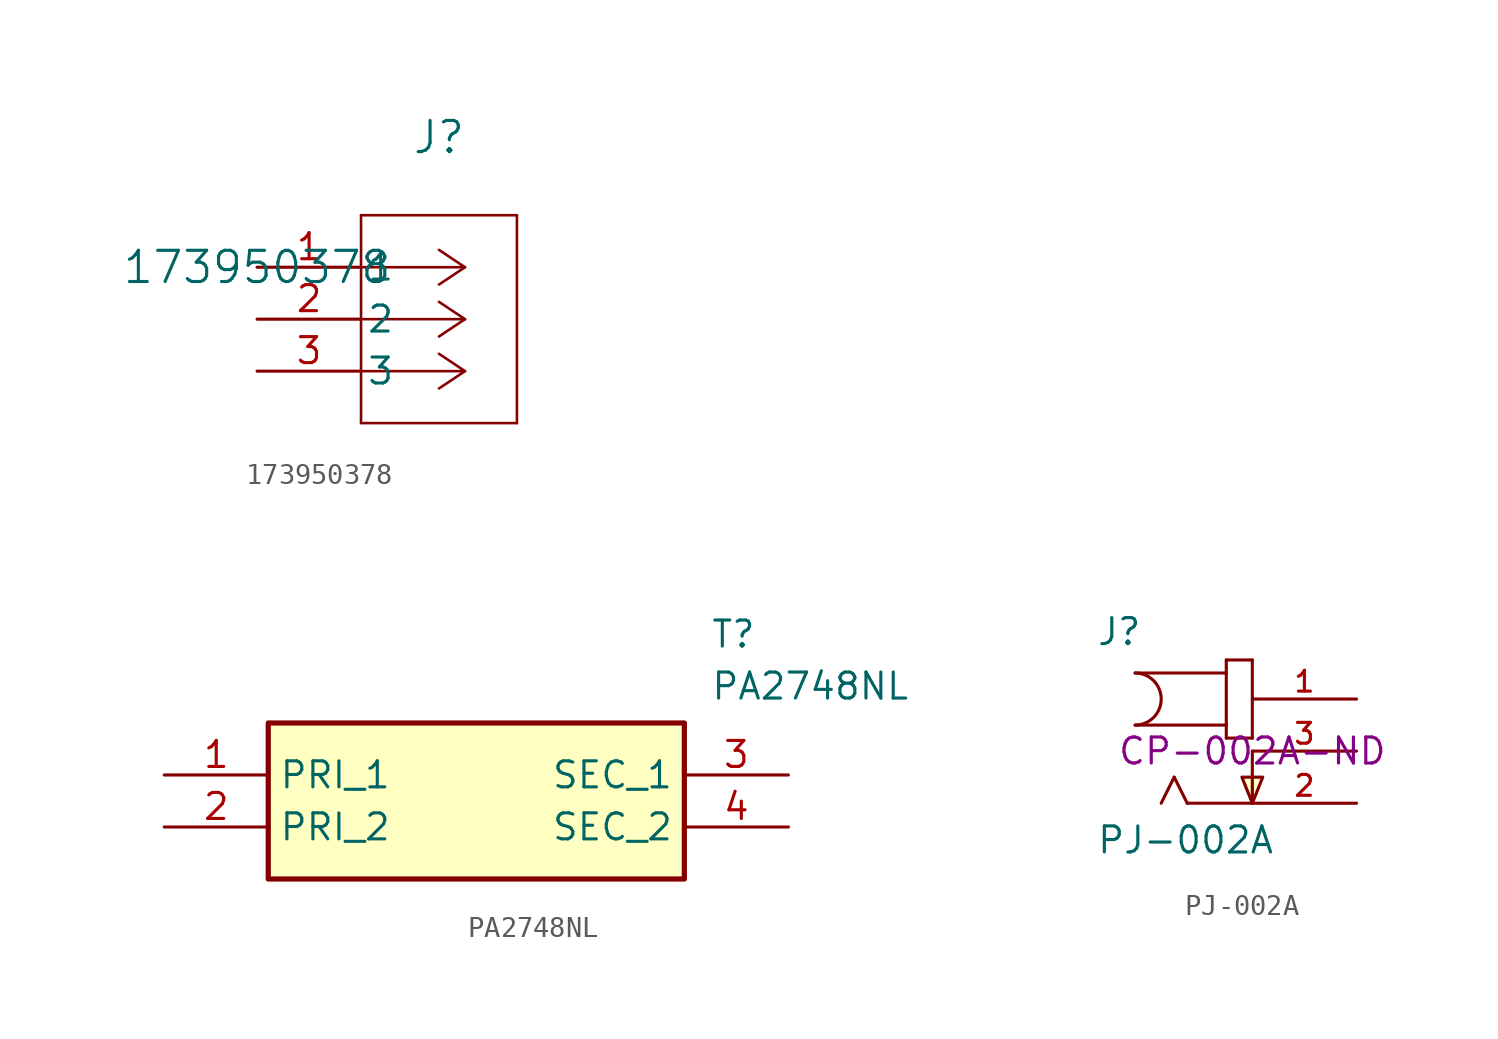
<source format=kicad_sym>
(kicad_symbol_lib
  (version 20220914)
  (generator kicad_symbol_editor)
  (symbol "173950378"
    (pin_names
      (offset 0.254))
    (property "Reference" "J"
      (at 8.89 6.35 0)
      (effects (font (size 1.524 1.524))))
    (property "Value" "173950378"
      (at 0 0 0)
      (effects (font (size 1.524 1.524))))
    (symbol "173950378_0_1"
      (polyline (pts (xy 5.08 -7.62) (xy 12.7 -7.62)) (stroke (width 0.127) (type default)) (fill (type none)))
      (polyline (pts (xy 5.08 2.54) (xy 5.08 -7.62)) (stroke (width 0.127) (type default)) (fill (type none)))
      (polyline (pts (xy 10.16 -5.08) (xy 5.08 -5.08)) (stroke (width 0.127) (type default)) (fill (type none)))
      (polyline (pts (xy 10.16 -5.08) (xy 8.89 -5.927)) (stroke (width 0.127) (type default)) (fill (type none)))
      (polyline (pts (xy 10.16 -5.08) (xy 8.89 -4.233)) (stroke (width 0.127) (type default)) (fill (type none)))
      (polyline (pts (xy 10.16 -2.54) (xy 5.08 -2.54)) (stroke (width 0.127) (type default)) (fill (type none)))
      (polyline (pts (xy 10.16 -2.54) (xy 8.89 -3.387)) (stroke (width 0.127) (type default)) (fill (type none)))
      (polyline (pts (xy 10.16 -2.54) (xy 8.89 -1.693)) (stroke (width 0.127) (type default)) (fill (type none)))
      (polyline (pts (xy 10.16 0) (xy 5.08 0)) (stroke (width 0.127) (type default)) (fill (type none)))
      (polyline (pts (xy 10.16 0) (xy 8.89 -0.847)) (stroke (width 0.127) (type default)) (fill (type none)))
      (polyline (pts (xy 10.16 0) (xy 8.89 0.847)) (stroke (width 0.127) (type default)) (fill (type none)))
      (polyline (pts (xy 12.7 -7.62) (xy 12.7 2.54)) (stroke (width 0.127) (type default)) (fill (type none)))
      (polyline (pts (xy 12.7 2.54) (xy 5.08 2.54)) (stroke (width 0.127) (type default)) (fill (type none)))
      (pin unspecified line (at 0 0 0) (length 5.08) (name "1" (effects (font (size 1.27 1.27)))) (number "1" (effects (font (size 1.27 1.27)))))
      (pin unspecified line (at 0 -2.54 0) (length 5.08) (name "2" (effects (font (size 1.27 1.27)))) (number "2" (effects (font (size 1.27 1.27)))))
      (pin unspecified line (at 0 -5.08 0) (length 5.08) (name "3" (effects (font (size 1.27 1.27)))) (number "3" (effects (font (size 1.27 1.27)))))))
  (symbol "PA2748NL"
    (property "Reference" "T"
      (at 26.67 7.62 0)
      (effects (font (size 1.27 1.27)) (justify left top)))
    (property "Value" "PA2748NL"
      (at 26.67 5.08 0)
      (effects (font (size 1.27 1.27)) (justify left top)))
    (symbol "PA2748NL_1_1"
      (rectangle (start 5.08 2.54) (end 25.4 -5.08) (stroke (width 0.254) (type default)) (fill (type background)))
      (pin passive line (at 0 0 0) (length 5.08) (name "PRI_1" (effects (font (size 1.27 1.27)))) (number "1" (effects (font (size 1.27 1.27)))))
      (pin passive line (at 0 -2.54 0) (length 5.08) (name "PRI_2" (effects (font (size 1.27 1.27)))) (number "2" (effects (font (size 1.27 1.27)))))
      (pin passive line (at 30.48 0 180) (length 5.08) (name "SEC_1" (effects (font (size 1.27 1.27)))) (number "3" (effects (font (size 1.27 1.27)))))
      (pin passive line (at 30.48 -2.54 180) (length 5.08) (name "SEC_2" (effects (font (size 1.27 1.27)))) (number "4" (effects (font (size 1.27 1.27)))))))
  (symbol "PJ-002A"
    (pin_names
      (offset 1.016) hide)
    (property "Reference" "J"
      (at -7.62 5.08 0)
      (effects (font (size 1.27 1.27)) (justify left bottom)))
    (property "Value" "PJ-002A"
      (at -7.62 -5.08 0)
      (effects (font (size 1.27 1.27)) (justify left bottom)))
    (property "DigikeyPN" "CP-002A-ND"
      (at 0 0 0)
      (effects (font (size 1.27 1.27))))
    (symbol "PJ-002A_0_0"
      (arc (start -5.715 1.27) (mid -4.4505 2.54) (end -5.715 3.81) (stroke (width 0.1524) (type solid)) (fill (type none)))
      (polyline (pts (xy -5.715 3.81) (xy -1.27 3.81)) (stroke (width 0.152) (type solid)) (fill (type none)))
      (polyline (pts (xy -3.81 -1.27) (xy -4.445 -2.54)) (stroke (width 0.152) (type solid)) (fill (type none)))
      (polyline (pts (xy -3.175 -2.54) (xy -3.81 -1.27)) (stroke (width 0.152) (type solid)) (fill (type none)))
      (polyline (pts (xy -1.27 0.635) (xy 0 0.635)) (stroke (width 0.152) (type solid)) (fill (type none)))
      (polyline (pts (xy -1.27 1.27) (xy -5.715 1.27)) (stroke (width 0.152) (type solid)) (fill (type none)))
      (polyline (pts (xy -1.27 1.27) (xy -1.27 0.635)) (stroke (width 0.152) (type solid)) (fill (type none)))
      (polyline (pts (xy -1.27 3.81) (xy -1.27 1.27)) (stroke (width 0.152) (type solid)) (fill (type none)))
      (polyline (pts (xy -1.27 4.445) (xy -1.27 3.81)) (stroke (width 0.152) (type solid)) (fill (type none)))
      (polyline (pts (xy 0 -2.54) (xy -3.175 -2.54)) (stroke (width 0.152) (type solid)) (fill (type none)))
      (polyline (pts (xy 0 0) (xy 0 -2.54)) (stroke (width 0.152) (type solid)) (fill (type none)))
      (polyline (pts (xy 0 0.635) (xy 0 4.445)) (stroke (width 0.152) (type solid)) (fill (type none)))
      (polyline (pts (xy 0 4.445) (xy -1.27 4.445)) (stroke (width 0.152) (type solid)) (fill (type none)))
      (polyline (pts (xy 0 -2.54) (xy -0.508 -1.27) (xy 0.508 -1.27) (xy 0 -2.54)) (stroke (width 0.152) (type solid)) (fill (type background)))
      (pin passive line (at 5.08 2.54 180) (length 5.08) (name "~" (effects (font (size 1.016 1.016)))) (number "1" (effects (font (size 1.016 1.016)))))
      (pin passive line (at 5.08 -2.54 180) (length 5.08) (name "~" (effects (font (size 1.016 1.016)))) (number "2" (effects (font (size 1.016 1.016)))))
      (pin passive line (at 5.08 0 180) (length 5.08) (name "~" (effects (font (size 1.016 1.016)))) (number "3" (effects (font (size 1.016 1.016))))))))
</source>
